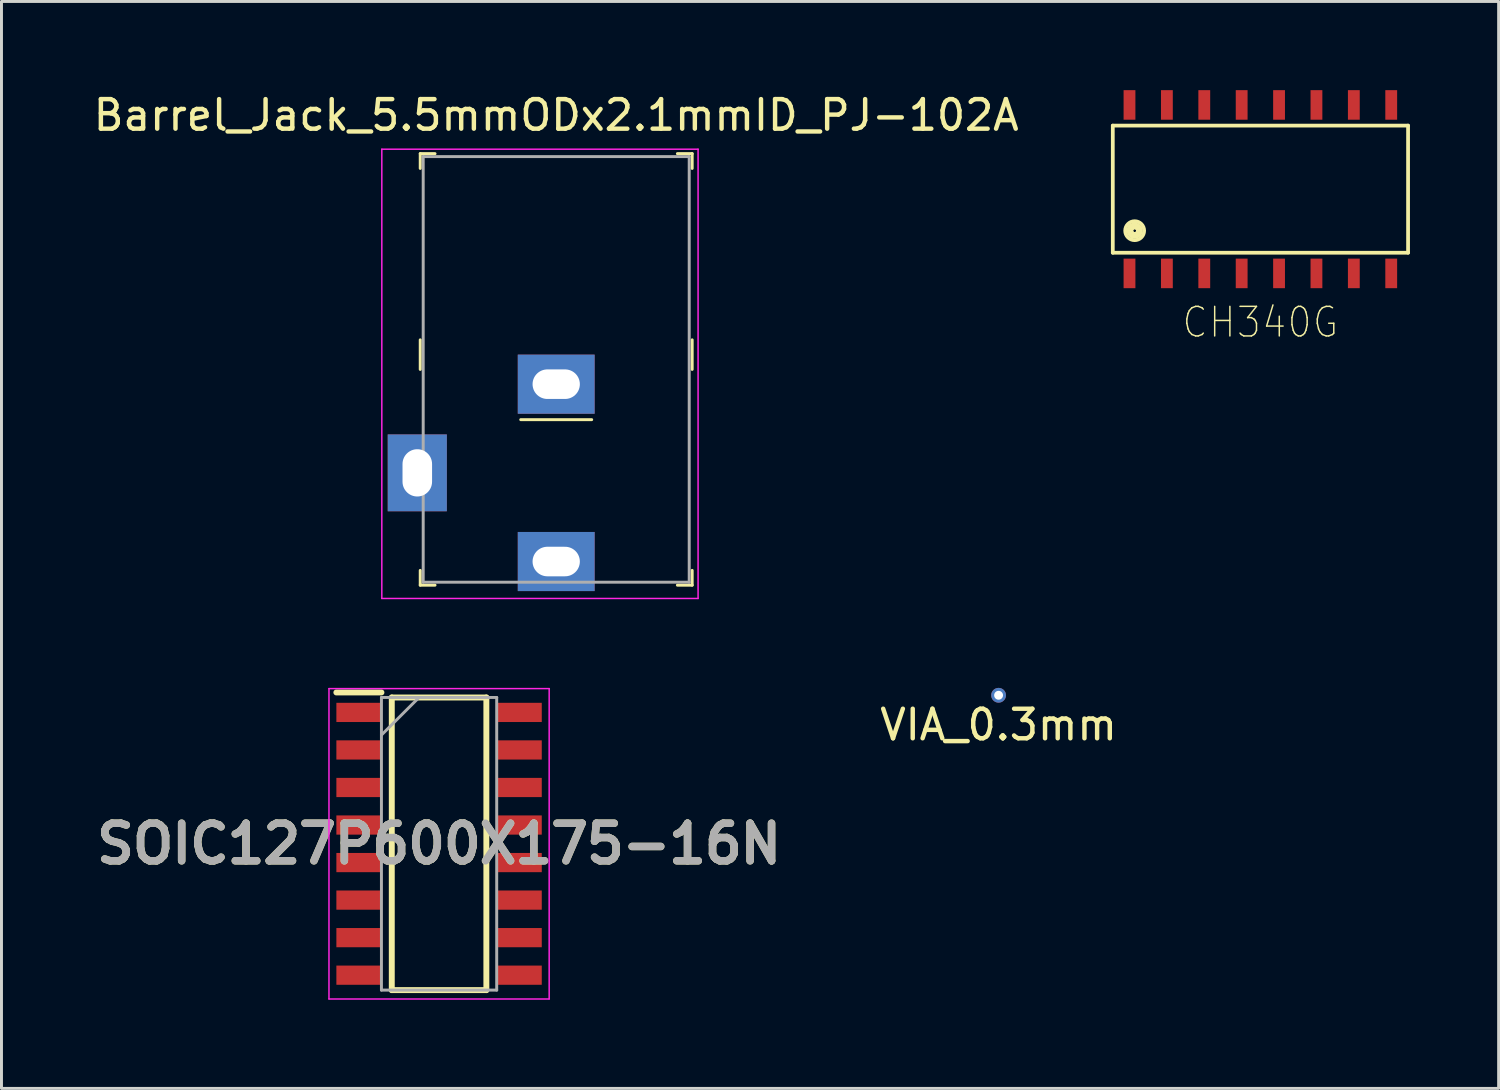
<source format=kicad_pcb>
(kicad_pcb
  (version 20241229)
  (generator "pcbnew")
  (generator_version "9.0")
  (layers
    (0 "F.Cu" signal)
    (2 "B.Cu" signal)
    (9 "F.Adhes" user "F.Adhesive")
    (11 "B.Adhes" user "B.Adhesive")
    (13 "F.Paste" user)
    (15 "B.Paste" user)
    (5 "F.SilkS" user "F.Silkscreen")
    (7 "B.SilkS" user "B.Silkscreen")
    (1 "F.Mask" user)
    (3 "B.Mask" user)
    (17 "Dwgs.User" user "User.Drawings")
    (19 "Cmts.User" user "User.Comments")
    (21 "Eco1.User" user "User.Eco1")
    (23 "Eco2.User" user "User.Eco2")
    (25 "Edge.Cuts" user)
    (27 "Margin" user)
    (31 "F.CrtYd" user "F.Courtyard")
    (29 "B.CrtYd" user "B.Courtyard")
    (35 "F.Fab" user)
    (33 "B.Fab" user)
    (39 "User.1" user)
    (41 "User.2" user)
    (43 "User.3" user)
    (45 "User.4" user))
  (footprint "CH340G"
    (layer "F.Cu")
    (at 39.589 3.355)
    (property "Reference" "CH340G" (at 0 4.5 0) (layer "F.SilkS") (effects (font (size 1 0.9) (thickness 0.05))))
    (attr smd)
    (fp_line (start -4.99 -2.155) (end -4.99 2.145) (stroke (width 0.127) (type solid)) (layer "F.SilkS"))
    (fp_line (start -4.99 2.145) (end 5 2.145) (stroke (width 0.127) (type solid)) (layer "F.SilkS"))
    (fp_line (start 5 -2.155) (end -4.99 -2.155) (stroke (width 0.127) (type solid)) (layer "F.SilkS"))
    (fp_line (start 5 2.145) (end 5 -2.155) (stroke (width 0.127) (type solid)) (layer "F.SilkS"))
    (fp_circle (center -4.25 1.4) (end -4.2 1.4) (stroke (width 0.127) (type solid)) (fill no) (layer "F.SilkS"))
    (fp_circle (center -4.25 1.4) (end -4.138 1.4) (stroke (width 0.127) (type solid)) (fill no) (layer "F.SilkS"))
    (fp_circle (center -4.25 1.4) (end -4.038 1.4) (stroke (width 0.127) (type solid)) (fill no) (layer "F.SilkS"))
    (fp_circle (center -4.25 1.4) (end -3.93 1.4) (stroke (width 0.127) (type solid)) (fill no) (layer "F.SilkS"))
    (pad "1" smd rect (at -4.425 2.845 180) (size 0.4 1) (layers "F.Cu" "F.Mask" "F.Paste"))
    (pad "2" smd rect (at -3.16 2.845 180) (size 0.4 1) (layers "F.Cu" "F.Mask" "F.Paste"))
    (pad "3" smd rect (at -1.895 2.845 180) (size 0.4 1) (layers "F.Cu" "F.Mask" "F.Paste"))
    (pad "4" smd rect (at -0.63 2.845 180) (size 0.4 1) (layers "F.Cu" "F.Mask" "F.Paste"))
    (pad "5" smd rect (at 0.635 2.845 180) (size 0.4 1) (layers "F.Cu" "F.Mask" "F.Paste"))
    (pad "6" smd rect (at 1.9 2.845 180) (size 0.4 1) (layers "F.Cu" "F.Mask" "F.Paste"))
    (pad "7" smd rect (at 3.165 2.845 180) (size 0.4 1) (layers "F.Cu" "F.Mask" "F.Paste"))
    (pad "8" smd rect (at 4.43 2.845 180) (size 0.4 1) (layers "F.Cu" "F.Mask" "F.Paste"))
    (pad "9" smd rect (at 4.43 -2.855 180) (size 0.4 1) (layers "F.Cu" "F.Mask" "F.Paste"))
    (pad "10" smd rect (at 3.165 -2.855 180) (size 0.4 1) (layers "F.Cu" "F.Mask" "F.Paste"))
    (pad "11" smd rect (at 1.9 -2.855 180) (size 0.4 1) (layers "F.Cu" "F.Mask" "F.Paste"))
    (pad "12" smd rect (at 0.635 -2.855 180) (size 0.4 1) (layers "F.Cu" "F.Mask" "F.Paste"))
    (pad "13" smd rect (at -0.63 -2.855 180) (size 0.4 1) (layers "F.Cu" "F.Mask" "F.Paste"))
    (pad "14" smd rect (at -1.895 -2.855 180) (size 0.4 1) (layers "F.Cu" "F.Mask" "F.Paste"))
    (pad "15" smd rect (at -3.16 -2.855 180) (size 0.4 1) (layers "F.Cu" "F.Mask" "F.Paste"))
    (pad "16" smd rect (at -4.425 -2.855 180) (size 0.4 1) (layers "F.Cu" "F.Mask" "F.Paste")))
  (footprint "SOIC127P600X175-16N"
    (layer "F.Cu")
    (at 11.805 25.498)
    (property "Reference" "SOIC127P600X175-16N" (at 0 0 0) (layer "F.SilkS") (effects (font (size 1.27 1.27) (thickness 0.254))))
    (attr smd)
    (fp_line (start -3.475 -5.12) (end -1.95 -5.12) (stroke (width 0.2) (type solid)) (layer "F.SilkS"))
    (fp_line (start -1.6 -4.95) (end 1.6 -4.95) (stroke (width 0.2) (type solid)) (layer "F.SilkS"))
    (fp_line (start -1.6 4.95) (end -1.6 -4.95) (stroke (width 0.2) (type solid)) (layer "F.SilkS"))
    (fp_line (start 1.6 -4.95) (end 1.6 4.95) (stroke (width 0.2) (type solid)) (layer "F.SilkS"))
    (fp_line (start 1.6 4.95) (end -1.6 4.95) (stroke (width 0.2) (type solid)) (layer "F.SilkS"))
    (fp_line (start -3.725 -5.25) (end 3.725 -5.25) (stroke (width 0.05) (type solid)) (layer "F.CrtYd"))
    (fp_line (start -3.725 5.25) (end -3.725 -5.25) (stroke (width 0.05) (type solid)) (layer "F.CrtYd"))
    (fp_line (start 3.725 -5.25) (end 3.725 5.25) (stroke (width 0.05) (type solid)) (layer "F.CrtYd"))
    (fp_line (start 3.725 5.25) (end -3.725 5.25) (stroke (width 0.05) (type solid)) (layer "F.CrtYd"))
    (fp_line (start -1.95 -4.95) (end 1.95 -4.95) (stroke (width 0.1) (type solid)) (layer "F.Fab"))
    (fp_line (start -1.95 -3.68) (end -0.68 -4.95) (stroke (width 0.1) (type solid)) (layer "F.Fab"))
    (fp_line (start -1.95 4.95) (end -1.95 -4.95) (stroke (width 0.1) (type solid)) (layer "F.Fab"))
    (fp_line (start 1.95 -4.95) (end 1.95 4.95) (stroke (width 0.1) (type solid)) (layer "F.Fab"))
    (fp_line (start 1.95 4.95) (end -1.95 4.95) (stroke (width 0.1) (type solid)) (layer "F.Fab"))
    (fp_text user "${REFERENCE}" (at 0 0 0) (layer "F.Fab") (effects (font (size 1.27 1.27) (thickness 0.254))))
    (pad "1" smd rect (at -2.712 -4.445 90) (size 0.65 1.525) (layers "F.Cu" "F.Mask" "F.Paste"))
    (pad "2" smd rect (at -2.712 -3.175 90) (size 0.65 1.525) (layers "F.Cu" "F.Mask" "F.Paste"))
    (pad "3" smd rect (at -2.712 -1.905 90) (size 0.65 1.525) (layers "F.Cu" "F.Mask" "F.Paste"))
    (pad "4" smd rect (at -2.712 -0.635 90) (size 0.65 1.525) (layers "F.Cu" "F.Mask" "F.Paste"))
    (pad "5" smd rect (at -2.712 0.635 90) (size 0.65 1.525) (layers "F.Cu" "F.Mask" "F.Paste"))
    (pad "6" smd rect (at -2.712 1.905 90) (size 0.65 1.525) (layers "F.Cu" "F.Mask" "F.Paste"))
    (pad "7" smd rect (at -2.712 3.175 90) (size 0.65 1.525) (layers "F.Cu" "F.Mask" "F.Paste"))
    (pad "8" smd rect (at -2.712 4.445 90) (size 0.65 1.525) (layers "F.Cu" "F.Mask" "F.Paste"))
    (pad "9" smd rect (at 2.712 4.445 90) (size 0.65 1.525) (layers "F.Cu" "F.Mask" "F.Paste"))
    (pad "10" smd rect (at 2.712 3.175 90) (size 0.65 1.525) (layers "F.Cu" "F.Mask" "F.Paste"))
    (pad "11" smd rect (at 2.712 1.905 90) (size 0.65 1.525) (layers "F.Cu" "F.Mask" "F.Paste"))
    (pad "12" smd rect (at 2.712 0.635 90) (size 0.65 1.525) (layers "F.Cu" "F.Mask" "F.Paste"))
    (pad "13" smd rect (at 2.712 -0.635 90) (size 0.65 1.525) (layers "F.Cu" "F.Mask" "F.Paste"))
    (pad "14" smd rect (at 2.712 -1.905 90) (size 0.65 1.525) (layers "F.Cu" "F.Mask" "F.Paste"))
    (pad "15" smd rect (at 2.712 -3.175 90) (size 0.65 1.525) (layers "F.Cu" "F.Mask" "F.Paste"))
    (pad "16" smd rect (at 2.712 -4.445 90) (size 0.65 1.525) (layers "F.Cu" "F.Mask" "F.Paste")))
  (footprint "Barrel_Jack_5.5mmODx2.1mmID_PJ-102A"
    (layer "F.Cu")
    (at 15.768 12.948)
    (property "Reference" "Barrel_Jack_5.5mmODx2.1mmID_PJ-102A" (at 0 -12.1 0) (layer "F.SilkS") (effects (font (size 1 1) (thickness 0.15))))
    (attr through_hole)
    (fp_line (start -4.6 -10.8) (end -4.6 -10.3) (stroke (width 0.1) (type solid)) (layer "F.SilkS"))
    (fp_line (start -4.6 -10.8) (end -4.1 -10.8) (stroke (width 0.1) (type solid)) (layer "F.SilkS"))
    (fp_line (start -4.6 -3.5) (end -4.6 -4.5) (stroke (width 0.1) (type solid)) (layer "F.SilkS"))
    (fp_line (start -4.6 3.8) (end -4.6 3.3) (stroke (width 0.1) (type solid)) (layer "F.SilkS"))
    (fp_line (start -4.6 3.8) (end -4.1 3.8) (stroke (width 0.1) (type solid)) (layer "F.SilkS"))
    (fp_line (start -1.2 -1.8) (end 1.2 -1.8) (stroke (width 0.1) (type solid)) (layer "F.SilkS"))
    (fp_line (start 4.6 -10.8) (end 4.1 -10.8) (stroke (width 0.1) (type solid)) (layer "F.SilkS"))
    (fp_line (start 4.6 -10.8) (end 4.6 -10.3) (stroke (width 0.1) (type solid)) (layer "F.SilkS"))
    (fp_line (start 4.6 -3.5) (end 4.6 -4.5) (stroke (width 0.1) (type solid)) (layer "F.SilkS"))
    (fp_line (start 4.6 3.8) (end 4.1 3.8) (stroke (width 0.1) (type solid)) (layer "F.SilkS"))
    (fp_line (start 4.6 3.8) (end 4.6 3.3) (stroke (width 0.1) (type solid)) (layer "F.SilkS"))
    (fp_line (start -5.9 -10.95) (end -5.9 4.25) (stroke (width 0.05) (type solid)) (layer "F.CrtYd"))
    (fp_line (start -5.9 -10.95) (end 4.8 -10.95) (stroke (width 0.05) (type solid)) (layer "F.CrtYd"))
    (fp_line (start -5.9 4.25) (end 4.8 4.25) (stroke (width 0.05) (type solid)) (layer "F.CrtYd"))
    (fp_line (start 4.8 -10.95) (end 4.8 4.25) (stroke (width 0.05) (type solid)) (layer "F.CrtYd"))
    (fp_line (start -4.5 -10.7) (end 4.5 -10.7) (stroke (width 0.1) (type solid)) (layer "F.Fab"))
    (fp_line (start -4.5 3.7) (end -4.5 -10.7) (stroke (width 0.1) (type solid)) (layer "F.Fab"))
    (fp_line (start -4.5 3.7) (end 4.5 3.7) (stroke (width 0.1) (type solid)) (layer "F.Fab"))
    (fp_line (start 4.5 3.7) (end 4.5 -10.7) (stroke (width 0.1) (type solid)) (layer "F.Fab"))
    (pad "1" thru_hole rect (at 0 3) (size 2.6 2) (drill oval 1.6 1) (layers "*.Cu" "*.Mask"))
    (pad "2" thru_hole rect (at 0 -3) (size 2.6 2) (drill oval 1.6 1) (layers "*.Cu" "*.Mask"))
    (pad "3" thru_hole rect (at -4.7 0) (size 2 2.6) (drill oval 1 1.6) (layers "*.Cu" "*.Mask")))
  (footprint "VIA_0.3mm"
    (layer "F.Cu")
    (at 30.735 20.473)
    (property "Reference" "VIA_0.3mm" (at 0 1 0) (layer "F.SilkS") (effects (font (size 1 1) (thickness 0.15))))
    (attr through_hole)
    (pad "1" thru_hole circle (at 0 0) (size 0.5 0.5) (drill 0.3) (layers "*.Cu" "*.Mask")))
  (gr_rect
    (start -3 -3)
    (end 47.653 33.773)
    (stroke (width 0.1) (type default))
    (fill no)
    (layer "Edge.Cuts")))
</source>
